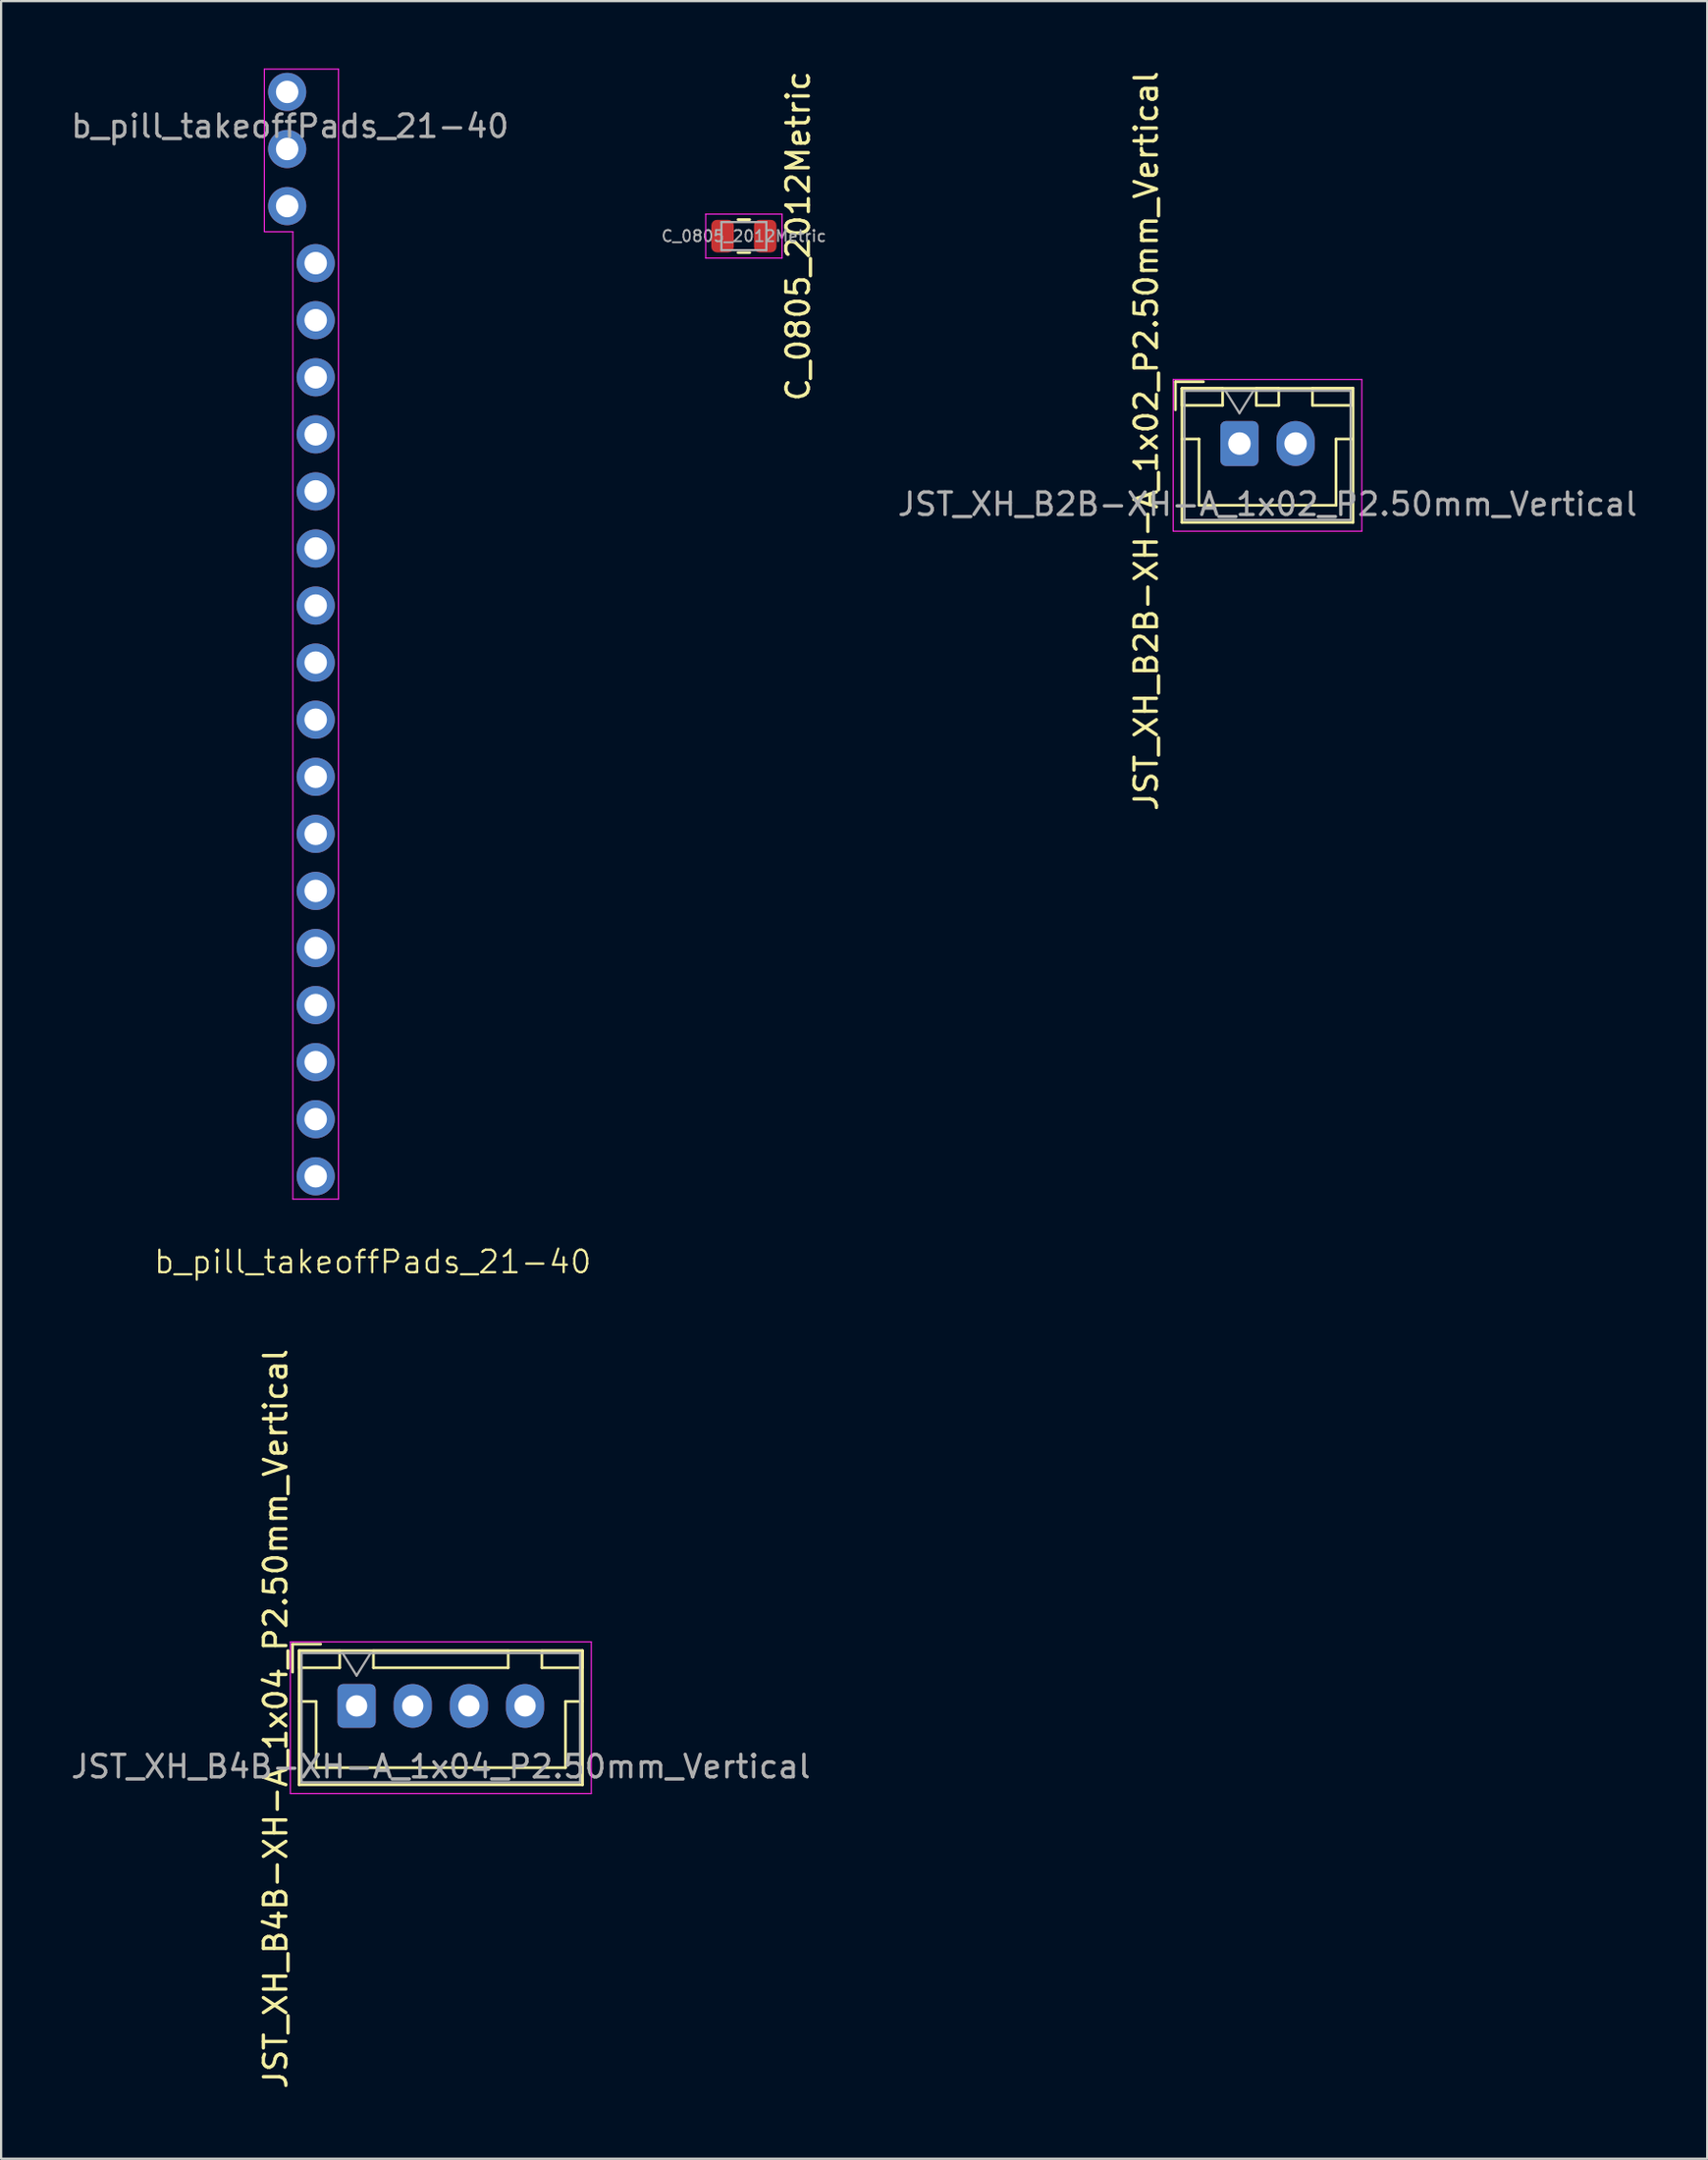
<source format=kicad_pcb>
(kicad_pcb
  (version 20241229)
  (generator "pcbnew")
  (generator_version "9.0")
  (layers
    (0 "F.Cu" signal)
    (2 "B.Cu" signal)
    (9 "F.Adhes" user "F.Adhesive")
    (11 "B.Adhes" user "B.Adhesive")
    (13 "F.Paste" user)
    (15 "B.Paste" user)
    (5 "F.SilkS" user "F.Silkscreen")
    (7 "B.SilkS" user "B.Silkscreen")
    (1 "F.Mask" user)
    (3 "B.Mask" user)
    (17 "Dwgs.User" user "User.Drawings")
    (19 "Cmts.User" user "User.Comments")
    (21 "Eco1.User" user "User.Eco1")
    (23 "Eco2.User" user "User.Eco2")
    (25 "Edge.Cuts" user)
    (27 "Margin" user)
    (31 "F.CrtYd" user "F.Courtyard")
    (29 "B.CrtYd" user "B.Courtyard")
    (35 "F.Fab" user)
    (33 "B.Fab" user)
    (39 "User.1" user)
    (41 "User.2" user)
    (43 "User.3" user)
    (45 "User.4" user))
  (footprint "C_0805_2012Metric"
    (layer "F.Cu")
    (at 30.071 7.458)
    (property "Reference" "C_0805_2012Metric" (at 2.413 0 90) (layer "F.SilkS") (effects (font (size 1 1) (thickness 0.15))))
    (attr smd)
    (fp_line (start -0.261 -0.735) (end 0.261 -0.735) (stroke (width 0.12) (type solid)) (layer "F.SilkS"))
    (fp_line (start -0.261 0.735) (end 0.261 0.735) (stroke (width 0.12) (type solid)) (layer "F.SilkS"))
    (fp_line (start -1.7 -0.98) (end 1.7 -0.98) (stroke (width 0.05) (type solid)) (layer "F.CrtYd"))
    (fp_line (start -1.7 0.98) (end -1.7 -0.98) (stroke (width 0.05) (type solid)) (layer "F.CrtYd"))
    (fp_line (start 1.7 -0.98) (end 1.7 0.98) (stroke (width 0.05) (type solid)) (layer "F.CrtYd"))
    (fp_line (start 1.7 0.98) (end -1.7 0.98) (stroke (width 0.05) (type solid)) (layer "F.CrtYd"))
    (fp_line (start -1 -0.625) (end 1 -0.625) (stroke (width 0.1) (type solid)) (layer "F.Fab"))
    (fp_line (start -1 0.625) (end -1 -0.625) (stroke (width 0.1) (type solid)) (layer "F.Fab"))
    (fp_line (start 1 -0.625) (end 1 0.625) (stroke (width 0.1) (type solid)) (layer "F.Fab"))
    (fp_line (start 1 0.625) (end -1 0.625) (stroke (width 0.1) (type solid)) (layer "F.Fab"))
    (fp_text user "${REFERENCE}" (at 0 0 180) (layer "F.Fab") (effects (font (size 0.5 0.5) (thickness 0.08))))
    (pad "1" smd roundrect (at -0.95 0) (size 1 1.45) (layers "F.Cu" "F.Mask" "F.Paste") (roundrect_rratio 0.25))
    (pad "2" smd roundrect (at 0.95 0) (size 1 1.45) (layers "F.Cu" "F.Mask" "F.Paste") (roundrect_rratio 0.25)))
  (footprint "JST_XH_B2B-XH-A_1x02_P2.50mm_Vertical"
    (layer "F.Cu")
    (at 52.135 16.69)
    (property "Reference" "JST_XH_B2B-XH-A_1x02_P2.50mm_Vertical" (at -4.152 -0.113 90) (layer "F.SilkS") (effects (font (size 1 1) (thickness 0.15))))
    (attr through_hole)
    (fp_line (start -2.85 -2.75) (end -2.85 -1.5) (stroke (width 0.12) (type solid)) (layer "F.SilkS"))
    (fp_line (start -2.56 -2.46) (end -2.56 3.51) (stroke (width 0.12) (type solid)) (layer "F.SilkS"))
    (fp_line (start -2.56 3.51) (end 5.06 3.51) (stroke (width 0.12) (type solid)) (layer "F.SilkS"))
    (fp_line (start -2.55 -2.45) (end -2.55 -1.7) (stroke (width 0.12) (type solid)) (layer "F.SilkS"))
    (fp_line (start -2.55 -1.7) (end -0.75 -1.7) (stroke (width 0.12) (type solid)) (layer "F.SilkS"))
    (fp_line (start -2.55 -0.2) (end -1.8 -0.2) (stroke (width 0.12) (type solid)) (layer "F.SilkS"))
    (fp_line (start -1.8 -0.2) (end -1.8 2.75) (stroke (width 0.12) (type solid)) (layer "F.SilkS"))
    (fp_line (start -1.8 2.75) (end 1.25 2.75) (stroke (width 0.12) (type solid)) (layer "F.SilkS"))
    (fp_line (start -1.6 -2.75) (end -2.85 -2.75) (stroke (width 0.12) (type solid)) (layer "F.SilkS"))
    (fp_line (start -0.75 -2.45) (end -2.55 -2.45) (stroke (width 0.12) (type solid)) (layer "F.SilkS"))
    (fp_line (start -0.75 -1.7) (end -0.75 -2.45) (stroke (width 0.12) (type solid)) (layer "F.SilkS"))
    (fp_line (start 0.75 -2.45) (end 0.75 -1.7) (stroke (width 0.12) (type solid)) (layer "F.SilkS"))
    (fp_line (start 0.75 -1.7) (end 1.75 -1.7) (stroke (width 0.12) (type solid)) (layer "F.SilkS"))
    (fp_line (start 1.75 -2.45) (end 0.75 -2.45) (stroke (width 0.12) (type solid)) (layer "F.SilkS"))
    (fp_line (start 1.75 -1.7) (end 1.75 -2.45) (stroke (width 0.12) (type solid)) (layer "F.SilkS"))
    (fp_line (start 3.25 -2.45) (end 3.25 -1.7) (stroke (width 0.12) (type solid)) (layer "F.SilkS"))
    (fp_line (start 3.25 -1.7) (end 5.05 -1.7) (stroke (width 0.12) (type solid)) (layer "F.SilkS"))
    (fp_line (start 4.3 -0.2) (end 4.3 2.75) (stroke (width 0.12) (type solid)) (layer "F.SilkS"))
    (fp_line (start 4.3 2.75) (end 1.25 2.75) (stroke (width 0.12) (type solid)) (layer "F.SilkS"))
    (fp_line (start 5.05 -2.45) (end 3.25 -2.45) (stroke (width 0.12) (type solid)) (layer "F.SilkS"))
    (fp_line (start 5.05 -1.7) (end 5.05 -2.45) (stroke (width 0.12) (type solid)) (layer "F.SilkS"))
    (fp_line (start 5.05 -0.2) (end 4.3 -0.2) (stroke (width 0.12) (type solid)) (layer "F.SilkS"))
    (fp_line (start 5.06 -2.46) (end -2.56 -2.46) (stroke (width 0.12) (type solid)) (layer "F.SilkS"))
    (fp_line (start 5.06 3.51) (end 5.06 -2.46) (stroke (width 0.12) (type solid)) (layer "F.SilkS"))
    (fp_line (start -2.95 -2.85) (end -2.95 3.9) (stroke (width 0.05) (type solid)) (layer "F.CrtYd"))
    (fp_line (start -2.95 3.9) (end 5.45 3.9) (stroke (width 0.05) (type solid)) (layer "F.CrtYd"))
    (fp_line (start 5.45 -2.85) (end -2.95 -2.85) (stroke (width 0.05) (type solid)) (layer "F.CrtYd"))
    (fp_line (start 5.45 3.9) (end 5.45 -2.85) (stroke (width 0.05) (type solid)) (layer "F.CrtYd"))
    (fp_line (start -2.45 -2.35) (end -2.45 3.4) (stroke (width 0.1) (type solid)) (layer "F.Fab"))
    (fp_line (start -2.45 3.4) (end 4.95 3.4) (stroke (width 0.1) (type solid)) (layer "F.Fab"))
    (fp_line (start -0.625 -2.35) (end 0 -1.35) (stroke (width 0.1) (type solid)) (layer "F.Fab"))
    (fp_line (start 0 -1.35) (end 0.625 -2.35) (stroke (width 0.1) (type solid)) (layer "F.Fab"))
    (fp_line (start 4.95 -2.35) (end -2.45 -2.35) (stroke (width 0.1) (type solid)) (layer "F.Fab"))
    (fp_line (start 4.95 3.4) (end 4.95 -2.35) (stroke (width 0.1) (type solid)) (layer "F.Fab"))
    (fp_text user "${REFERENCE}" (at 1.25 2.7 0) (layer "F.Fab") (effects (font (size 1 1) (thickness 0.15))))
    (pad "1" thru_hole roundrect (at 0 0) (size 1.7 2) (drill 1) (layers "*.Cu" "*.Mask") (roundrect_rratio 0.147))
    (pad "2" thru_hole oval (at 2.5 0) (size 1.7 2) (drill 1) (layers "*.Cu" "*.Mask")))
  (footprint "b_pill_takeoffPads_21-40"
    (layer "F.Cu")
    (at 11.006 25.171)
    (property "Reference" "b_pill_takeoffPads_21-40" (at 2.54 27.94 0) (unlocked yes) (layer "F.SilkS") (effects (font (size 1 1) (thickness 0.1))))
    (attr through_hole exclude_from_bom dnp)
    (fp_line (start -2.286 -25.146) (end -2.286 -17.907) (stroke (width 0.05) (type default)) (layer "F.CrtYd"))
    (fp_line (start -2.286 -17.907) (end -1.016 -17.907) (stroke (width 0.05) (type default)) (layer "F.CrtYd"))
    (fp_line (start -1.016 -17.907) (end -1.016 25.146) (stroke (width 0.05) (type default)) (layer "F.CrtYd"))
    (fp_line (start -1.016 25.146) (end 1.016 25.146) (stroke (width 0.05) (type default)) (layer "F.CrtYd"))
    (fp_line (start 1.016 -25.146) (end -2.286 -25.146) (stroke (width 0.05) (type default)) (layer "F.CrtYd"))
    (fp_line (start 1.016 25.146) (end 1.016 -25.146) (stroke (width 0.05) (type default)) (layer "F.CrtYd"))
    (fp_text user "${REFERENCE}" (at -1.143 -22.606 0) (unlocked yes) (layer "F.Fab") (effects (font (size 1 1) (thickness 0.15))))
    (pad "21" thru_hole oval (at 0 24.13) (size 1.7 1.7) (drill 1) (layers "*.Cu" "*.Mask"))
    (pad "22" thru_hole oval (at 0 21.59) (size 1.7 1.7) (drill 1) (layers "*.Cu" "*.Mask"))
    (pad "23" thru_hole oval (at 0 19.05) (size 1.7 1.7) (drill 1) (layers "*.Cu" "*.Mask"))
    (pad "24" thru_hole oval (at 0 16.51) (size 1.7 1.7) (drill 1) (layers "*.Cu" "*.Mask"))
    (pad "25" thru_hole oval (at 0 13.97) (size 1.7 1.7) (drill 1) (layers "*.Cu" "*.Mask"))
    (pad "26" thru_hole oval (at 0 11.43) (size 1.7 1.7) (drill 1) (layers "*.Cu" "*.Mask"))
    (pad "27" thru_hole oval (at 0 8.89) (size 1.7 1.7) (drill 1) (layers "*.Cu" "*.Mask"))
    (pad "28" thru_hole oval (at 0 6.35) (size 1.7 1.7) (drill 1) (layers "*.Cu" "*.Mask"))
    (pad "29" thru_hole oval (at 0 3.81) (size 1.7 1.7) (drill 1) (layers "*.Cu" "*.Mask"))
    (pad "30" thru_hole oval (at 0 1.27) (size 1.7 1.7) (drill 1) (layers "*.Cu" "*.Mask"))
    (pad "31" thru_hole oval (at 0 -1.27) (size 1.7 1.7) (drill 1) (layers "*.Cu" "*.Mask"))
    (pad "32" thru_hole oval (at 0 -3.81) (size 1.7 1.7) (drill 1) (layers "*.Cu" "*.Mask"))
    (pad "33" thru_hole oval (at 0 -6.35) (size 1.7 1.7) (drill 1) (layers "*.Cu" "*.Mask"))
    (pad "34" thru_hole oval (at 0 -8.89) (size 1.7 1.7) (drill 1) (layers "*.Cu" "*.Mask"))
    (pad "35" thru_hole oval (at 0 -11.43) (size 1.7 1.7) (drill 1) (layers "*.Cu" "*.Mask"))
    (pad "36" thru_hole oval (at 0 -13.97) (size 1.7 1.7) (drill 1) (layers "*.Cu" "*.Mask"))
    (pad "37" thru_hole oval (at 0 -16.51) (size 1.7 1.7) (drill 1) (layers "*.Cu" "*.Mask"))
    (pad "38" thru_hole oval (at -1.27 -19.05) (size 1.7 1.7) (drill 1) (layers "*.Cu" "*.Mask"))
    (pad "39" thru_hole oval (at -1.27 -21.59) (size 1.7 1.7) (drill 1) (layers "*.Cu" "*.Mask"))
    (pad "40" thru_hole oval (at -1.27 -24.13) (size 1.7 1.7) (drill 1) (layers "*.Cu" "*.Mask")))
  (footprint "JST_XH_B4B-XH-A_1x04_P2.50mm_Vertical"
    (layer "F.Cu")
    (at 12.827 72.873)
    (property "Reference" "JST_XH_B4B-XH-A_1x04_P2.50mm_Vertical" (at -3.605 0.576 90) (layer "F.SilkS") (effects (font (size 1 1) (thickness 0.15))))
    (attr through_hole)
    (fp_line (start -2.85 -2.75) (end -2.85 -1.5) (stroke (width 0.12) (type solid)) (layer "F.SilkS"))
    (fp_line (start -2.56 -2.46) (end -2.56 3.51) (stroke (width 0.12) (type solid)) (layer "F.SilkS"))
    (fp_line (start -2.56 3.51) (end 10.06 3.51) (stroke (width 0.12) (type solid)) (layer "F.SilkS"))
    (fp_line (start -2.55 -2.45) (end -2.55 -1.7) (stroke (width 0.12) (type solid)) (layer "F.SilkS"))
    (fp_line (start -2.55 -1.7) (end -0.75 -1.7) (stroke (width 0.12) (type solid)) (layer "F.SilkS"))
    (fp_line (start -2.55 -0.2) (end -1.8 -0.2) (stroke (width 0.12) (type solid)) (layer "F.SilkS"))
    (fp_line (start -1.8 -0.2) (end -1.8 2.75) (stroke (width 0.12) (type solid)) (layer "F.SilkS"))
    (fp_line (start -1.8 2.75) (end 3.75 2.75) (stroke (width 0.12) (type solid)) (layer "F.SilkS"))
    (fp_line (start -1.6 -2.75) (end -2.85 -2.75) (stroke (width 0.12) (type solid)) (layer "F.SilkS"))
    (fp_line (start -0.75 -2.45) (end -2.55 -2.45) (stroke (width 0.12) (type solid)) (layer "F.SilkS"))
    (fp_line (start -0.75 -1.7) (end -0.75 -2.45) (stroke (width 0.12) (type solid)) (layer "F.SilkS"))
    (fp_line (start 0.75 -2.45) (end 0.75 -1.7) (stroke (width 0.12) (type solid)) (layer "F.SilkS"))
    (fp_line (start 0.75 -1.7) (end 6.75 -1.7) (stroke (width 0.12) (type solid)) (layer "F.SilkS"))
    (fp_line (start 6.75 -2.45) (end 0.75 -2.45) (stroke (width 0.12) (type solid)) (layer "F.SilkS"))
    (fp_line (start 6.75 -1.7) (end 6.75 -2.45) (stroke (width 0.12) (type solid)) (layer "F.SilkS"))
    (fp_line (start 8.25 -2.45) (end 8.25 -1.7) (stroke (width 0.12) (type solid)) (layer "F.SilkS"))
    (fp_line (start 8.25 -1.7) (end 10.05 -1.7) (stroke (width 0.12) (type solid)) (layer "F.SilkS"))
    (fp_line (start 9.3 -0.2) (end 9.3 2.75) (stroke (width 0.12) (type solid)) (layer "F.SilkS"))
    (fp_line (start 9.3 2.75) (end 3.75 2.75) (stroke (width 0.12) (type solid)) (layer "F.SilkS"))
    (fp_line (start 10.05 -2.45) (end 8.25 -2.45) (stroke (width 0.12) (type solid)) (layer "F.SilkS"))
    (fp_line (start 10.05 -1.7) (end 10.05 -2.45) (stroke (width 0.12) (type solid)) (layer "F.SilkS"))
    (fp_line (start 10.05 -0.2) (end 9.3 -0.2) (stroke (width 0.12) (type solid)) (layer "F.SilkS"))
    (fp_line (start 10.06 -2.46) (end -2.56 -2.46) (stroke (width 0.12) (type solid)) (layer "F.SilkS"))
    (fp_line (start 10.06 3.51) (end 10.06 -2.46) (stroke (width 0.12) (type solid)) (layer "F.SilkS"))
    (fp_line (start -2.95 -2.85) (end -2.95 3.9) (stroke (width 0.05) (type solid)) (layer "F.CrtYd"))
    (fp_line (start -2.95 3.9) (end 10.45 3.9) (stroke (width 0.05) (type solid)) (layer "F.CrtYd"))
    (fp_line (start 10.45 -2.85) (end -2.95 -2.85) (stroke (width 0.05) (type solid)) (layer "F.CrtYd"))
    (fp_line (start 10.45 3.9) (end 10.45 -2.85) (stroke (width 0.05) (type solid)) (layer "F.CrtYd"))
    (fp_line (start -2.45 -2.35) (end -2.45 3.4) (stroke (width 0.1) (type solid)) (layer "F.Fab"))
    (fp_line (start -2.45 3.4) (end 9.95 3.4) (stroke (width 0.1) (type solid)) (layer "F.Fab"))
    (fp_line (start -0.625 -2.35) (end 0 -1.35) (stroke (width 0.1) (type solid)) (layer "F.Fab"))
    (fp_line (start 0 -1.35) (end 0.625 -2.35) (stroke (width 0.1) (type solid)) (layer "F.Fab"))
    (fp_line (start 9.95 -2.35) (end -2.45 -2.35) (stroke (width 0.1) (type solid)) (layer "F.Fab"))
    (fp_line (start 9.95 3.4) (end 9.95 -2.35) (stroke (width 0.1) (type solid)) (layer "F.Fab"))
    (fp_text user "${REFERENCE}" (at 3.75 2.7 180) (layer "F.Fab") (effects (font (size 1 1) (thickness 0.15))))
    (pad "1" thru_hole roundrect (at 0 0) (size 1.7 1.95) (drill 0.95) (layers "*.Cu" "*.Mask") (roundrect_rratio 0.147))
    (pad "2" thru_hole oval (at 2.5 0) (size 1.7 1.95) (drill 0.95) (layers "*.Cu" "*.Mask"))
    (pad "3" thru_hole oval (at 5 0) (size 1.7 1.95) (drill 0.95) (layers "*.Cu" "*.Mask"))
    (pad "4" thru_hole oval (at 7.5 0) (size 1.7 1.95) (drill 0.95) (layers "*.Cu" "*.Mask")))
  (gr_rect
    (start -3 -3)
    (end 72.962 93.026)
    (stroke (width 0.1) (type default))
    (fill no)
    (layer "Edge.Cuts")))
</source>
